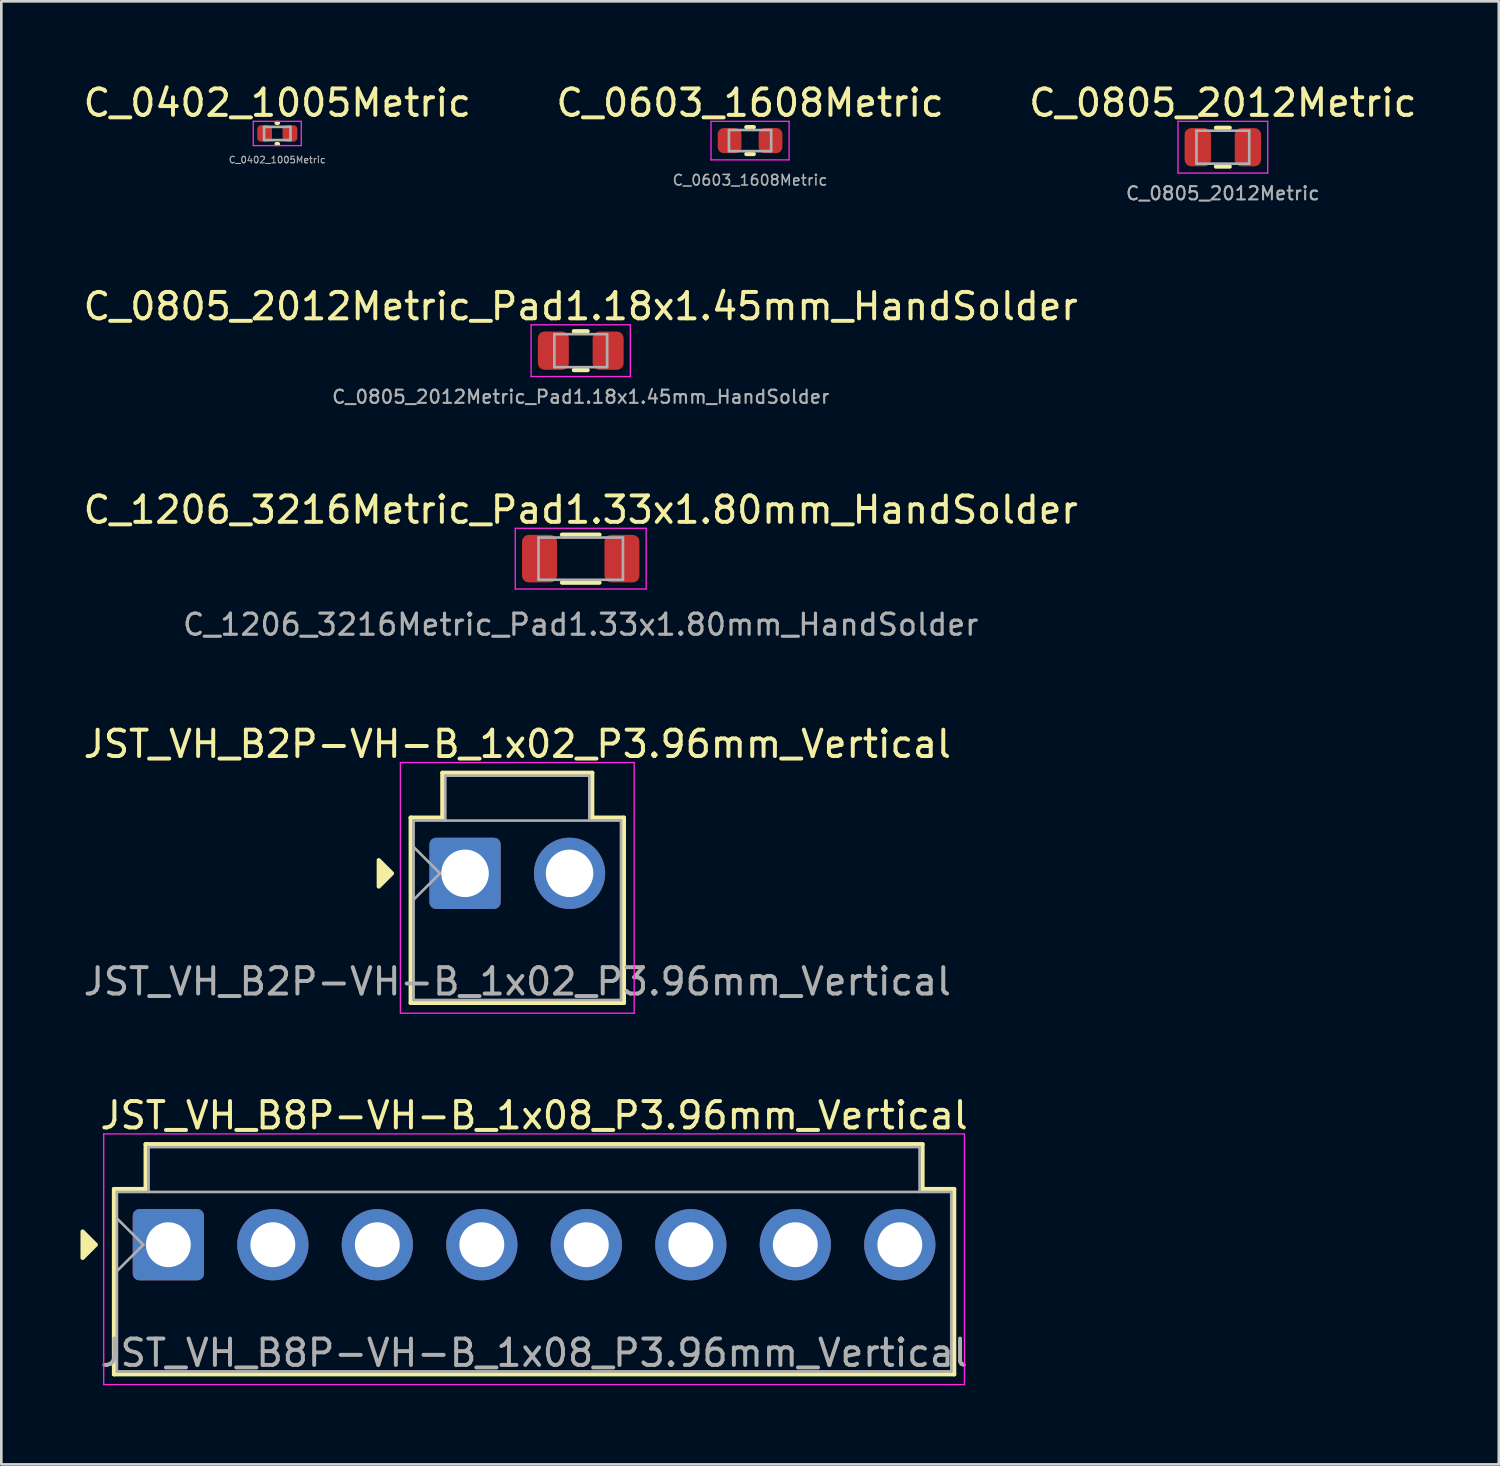
<source format=kicad_pcb>
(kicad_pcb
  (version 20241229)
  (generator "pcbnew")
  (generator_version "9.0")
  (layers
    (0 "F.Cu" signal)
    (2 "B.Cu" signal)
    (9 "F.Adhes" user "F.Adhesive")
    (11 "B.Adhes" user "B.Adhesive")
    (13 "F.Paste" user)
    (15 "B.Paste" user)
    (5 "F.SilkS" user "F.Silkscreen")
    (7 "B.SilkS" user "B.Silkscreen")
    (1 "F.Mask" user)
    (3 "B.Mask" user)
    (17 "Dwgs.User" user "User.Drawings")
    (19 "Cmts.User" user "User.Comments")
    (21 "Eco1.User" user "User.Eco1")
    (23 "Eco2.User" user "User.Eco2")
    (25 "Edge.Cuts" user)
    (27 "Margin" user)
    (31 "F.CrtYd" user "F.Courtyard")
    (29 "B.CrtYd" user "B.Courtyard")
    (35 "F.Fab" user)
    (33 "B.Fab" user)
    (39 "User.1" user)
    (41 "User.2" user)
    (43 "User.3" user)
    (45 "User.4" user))
  (footprint "C_0603_1608Metric"
    (layer "F.Cu")
    (at 25.375 2.278)
    (property "Reference" "C_0603_1608Metric" (at 0 -1.43 0) (layer "F.SilkS") (effects (font (size 1 1) (thickness 0.15))))
    (attr smd)
    (fp_line (start -0.141 -0.51) (end 0.141 -0.51) (stroke (width 0.16) (type solid)) (layer "F.SilkS"))
    (fp_line (start -0.141 0.51) (end 0.141 0.51) (stroke (width 0.16) (type solid)) (layer "F.SilkS"))
    (fp_line (start -1.48 -0.73) (end 1.48 -0.73) (stroke (width 0.05) (type solid)) (layer "F.CrtYd"))
    (fp_line (start -1.48 0.73) (end -1.48 -0.73) (stroke (width 0.05) (type solid)) (layer "F.CrtYd"))
    (fp_line (start 1.48 -0.73) (end 1.48 0.73) (stroke (width 0.05) (type solid)) (layer "F.CrtYd"))
    (fp_line (start 1.48 0.73) (end -1.48 0.73) (stroke (width 0.05) (type solid)) (layer "F.CrtYd"))
    (fp_line (start -0.8 -0.4) (end 0.8 -0.4) (stroke (width 0.1) (type solid)) (layer "F.Fab"))
    (fp_line (start -0.8 0.4) (end -0.8 -0.4) (stroke (width 0.1) (type solid)) (layer "F.Fab"))
    (fp_line (start 0.8 -0.4) (end 0.8 0.4) (stroke (width 0.1) (type solid)) (layer "F.Fab"))
    (fp_line (start 0.8 0.4) (end -0.8 0.4) (stroke (width 0.1) (type solid)) (layer "F.Fab"))
    (fp_text user "${REFERENCE}" (at 0 1.5 0) (layer "F.Fab") (effects (font (size 0.4 0.4) (thickness 0.06))))
    (pad "1" smd roundrect (at -0.775 0) (size 0.9 0.95) (layers "F.Cu" "F.Mask" "F.Paste") (roundrect_rratio 0.25))
    (pad "2" smd roundrect (at 0.775 0) (size 0.9 0.95) (layers "F.Cu" "F.Mask" "F.Paste") (roundrect_rratio 0.25)))
  (footprint "C_0805_2012Metric"
    (layer "F.Cu")
    (at 43.292 2.528)
    (property "Reference" "C_0805_2012Metric" (at 0 -1.68 0) (layer "F.SilkS") (effects (font (size 1 1) (thickness 0.15))))
    (attr smd)
    (fp_line (start -0.261 -0.735) (end 0.261 -0.735) (stroke (width 0.16) (type solid)) (layer "F.SilkS"))
    (fp_line (start -0.261 0.735) (end 0.261 0.735) (stroke (width 0.16) (type solid)) (layer "F.SilkS"))
    (fp_line (start -1.7 -0.98) (end 1.7 -0.98) (stroke (width 0.05) (type solid)) (layer "F.CrtYd"))
    (fp_line (start -1.7 0.98) (end -1.7 -0.98) (stroke (width 0.05) (type solid)) (layer "F.CrtYd"))
    (fp_line (start 1.7 -0.98) (end 1.7 0.98) (stroke (width 0.05) (type solid)) (layer "F.CrtYd"))
    (fp_line (start 1.7 0.98) (end -1.7 0.98) (stroke (width 0.05) (type solid)) (layer "F.CrtYd"))
    (fp_line (start -1 -0.625) (end 1 -0.625) (stroke (width 0.1) (type solid)) (layer "F.Fab"))
    (fp_line (start -1 0.625) (end -1 -0.625) (stroke (width 0.1) (type solid)) (layer "F.Fab"))
    (fp_line (start 1 -0.625) (end 1 0.625) (stroke (width 0.1) (type solid)) (layer "F.Fab"))
    (fp_line (start 1 0.625) (end -1 0.625) (stroke (width 0.1) (type solid)) (layer "F.Fab"))
    (fp_text user "${REFERENCE}" (at 0 1.75 0) (layer "F.Fab") (effects (font (size 0.5 0.5) (thickness 0.08))))
    (pad "1" smd roundrect (at -0.95 0) (size 1 1.45) (layers "F.Cu" "F.Mask" "F.Paste") (roundrect_rratio 0.25))
    (pad "2" smd roundrect (at 0.95 0) (size 1 1.45) (layers "F.Cu" "F.Mask" "F.Paste") (roundrect_rratio 0.25)))
  (footprint "C_0402_1005Metric"
    (layer "F.Cu")
    (at 7.458 2.008)
    (property "Reference" "C_0402_1005Metric" (at 0 -1.16 0) (layer "F.SilkS") (effects (font (size 1 1) (thickness 0.15))))
    (attr smd)
    (fp_line (start 0.025 -0.4) (end -0.025 -0.4) (stroke (width 0.16) (type solid)) (layer "F.SilkS"))
    (fp_line (start 0.025 0.4) (end -0.025 0.4) (stroke (width 0.16) (type solid)) (layer "F.SilkS"))
    (fp_line (start -0.91 -0.46) (end 0.91 -0.46) (stroke (width 0.05) (type solid)) (layer "F.CrtYd"))
    (fp_line (start -0.91 0.46) (end -0.91 -0.46) (stroke (width 0.05) (type solid)) (layer "F.CrtYd"))
    (fp_line (start 0.91 -0.46) (end 0.91 0.46) (stroke (width 0.05) (type solid)) (layer "F.CrtYd"))
    (fp_line (start 0.91 0.46) (end -0.91 0.46) (stroke (width 0.05) (type solid)) (layer "F.CrtYd"))
    (fp_line (start -0.5 -0.25) (end 0.5 -0.25) (stroke (width 0.1) (type solid)) (layer "F.Fab"))
    (fp_line (start -0.5 0.25) (end -0.5 -0.25) (stroke (width 0.1) (type solid)) (layer "F.Fab"))
    (fp_line (start 0.5 -0.25) (end 0.5 0.25) (stroke (width 0.1) (type solid)) (layer "F.Fab"))
    (fp_line (start 0.5 0.25) (end -0.5 0.25) (stroke (width 0.1) (type solid)) (layer "F.Fab"))
    (fp_text user "${REFERENCE}" (at 0 1 0) (layer "F.Fab") (effects (font (size 0.25 0.25) (thickness 0.04))))
    (pad "1" smd roundrect (at -0.48 0) (size 0.56 0.62) (layers "F.Cu" "F.Mask" "F.Paste") (roundrect_rratio 0.25))
    (pad "2" smd roundrect (at 0.48 0) (size 0.56 0.62) (layers "F.Cu" "F.Mask" "F.Paste") (roundrect_rratio 0.25)))
  (footprint "C_0805_2012Metric_Pad1.18x1.45mm_HandSolder"
    (layer "F.Cu")
    (at 18.958 10.239)
    (property "Reference" "C_0805_2012Metric_Pad1.18x1.45mm_HandSolder" (at 0 -1.68 0) (layer "F.SilkS") (effects (font (size 1 1) (thickness 0.15))))
    (attr smd)
    (fp_line (start -0.261 -0.735) (end 0.261 -0.735) (stroke (width 0.16) (type solid)) (layer "F.SilkS"))
    (fp_line (start -0.261 0.735) (end 0.261 0.735) (stroke (width 0.16) (type solid)) (layer "F.SilkS"))
    (fp_line (start -1.88 -0.98) (end 1.88 -0.98) (stroke (width 0.05) (type solid)) (layer "F.CrtYd"))
    (fp_line (start -1.88 0.98) (end -1.88 -0.98) (stroke (width 0.05) (type solid)) (layer "F.CrtYd"))
    (fp_line (start 1.88 -0.98) (end 1.88 0.98) (stroke (width 0.05) (type solid)) (layer "F.CrtYd"))
    (fp_line (start 1.88 0.98) (end -1.88 0.98) (stroke (width 0.05) (type solid)) (layer "F.CrtYd"))
    (fp_line (start -1 -0.625) (end 1 -0.625) (stroke (width 0.1) (type solid)) (layer "F.Fab"))
    (fp_line (start -1 0.625) (end -1 -0.625) (stroke (width 0.1) (type solid)) (layer "F.Fab"))
    (fp_line (start 1 -0.625) (end 1 0.625) (stroke (width 0.1) (type solid)) (layer "F.Fab"))
    (fp_line (start 1 0.625) (end -1 0.625) (stroke (width 0.1) (type solid)) (layer "F.Fab"))
    (fp_text user "${REFERENCE}" (at 0 1.75 0) (layer "F.Fab") (effects (font (size 0.5 0.5) (thickness 0.08))))
    (pad "1" smd roundrect (at -1.038 0) (size 1.175 1.45) (layers "F.Cu" "F.Mask" "F.Paste") (roundrect_rratio 0.213))
    (pad "2" smd roundrect (at 1.038 0) (size 1.175 1.45) (layers "F.Cu" "F.Mask" "F.Paste") (roundrect_rratio 0.213)))
  (footprint "JST_VH_B2P-VH-B_1x02_P3.96mm_Vertical"
    (layer "F.Cu")
    (at 16.554 30.047)
    (property "Reference" "JST_VH_B2P-VH-B_1x02_P3.96mm_Vertical" (at 0 -4.9 0) (layer "F.SilkS") (effects (font (size 1 1) (thickness 0.15))))
    (attr through_hole)
    (fp_line (start -4.04 -2.11) (end -2.84 -2.11) (stroke (width 0.16) (type solid)) (layer "F.SilkS"))
    (fp_line (start -4.04 4.91) (end -4.04 -2.11) (stroke (width 0.16) (type solid)) (layer "F.SilkS"))
    (fp_line (start -2.84 -3.81) (end 2.84 -3.81) (stroke (width 0.16) (type solid)) (layer "F.SilkS"))
    (fp_line (start -2.84 -2.11) (end -2.84 -3.81) (stroke (width 0.16) (type solid)) (layer "F.SilkS"))
    (fp_line (start 2.84 -3.81) (end 2.84 -2.11) (stroke (width 0.16) (type solid)) (layer "F.SilkS"))
    (fp_line (start 2.84 -2.11) (end 4.04 -2.11) (stroke (width 0.16) (type solid)) (layer "F.SilkS"))
    (fp_line (start 4.04 -2.11) (end 4.04 4.91) (stroke (width 0.16) (type solid)) (layer "F.SilkS"))
    (fp_line (start 4.04 4.91) (end -4.04 4.91) (stroke (width 0.16) (type solid)) (layer "F.SilkS"))
    (fp_poly (pts (xy -5.25 -0.5) (xy -4.75 0) (xy -5.25 0.5)) (stroke (width 0.16) (type solid)) (fill yes) (layer "F.SilkS"))
    (fp_line (start -4.43 -4.2) (end -4.43 5.3) (stroke (width 0.05) (type solid)) (layer "F.CrtYd"))
    (fp_line (start -4.43 5.3) (end 4.43 5.3) (stroke (width 0.05) (type solid)) (layer "F.CrtYd"))
    (fp_line (start 4.43 -4.2) (end -4.43 -4.2) (stroke (width 0.05) (type solid)) (layer "F.CrtYd"))
    (fp_line (start 4.43 5.3) (end 4.43 -4.2) (stroke (width 0.05) (type solid)) (layer "F.CrtYd"))
    (fp_line (start -3.93 -2) (end -3.93 4.8) (stroke (width 0.1) (type solid)) (layer "F.Fab"))
    (fp_line (start -3.93 -1) (end -2.93 0) (stroke (width 0.1) (type solid)) (layer "F.Fab"))
    (fp_line (start -3.93 1) (end -2.93 0) (stroke (width 0.1) (type solid)) (layer "F.Fab"))
    (fp_line (start -3.93 4.8) (end 3.93 4.8) (stroke (width 0.1) (type solid)) (layer "F.Fab"))
    (fp_line (start -2.73 -3.7) (end 2.73 -3.7) (stroke (width 0.1) (type solid)) (layer "F.Fab"))
    (fp_line (start -2.73 -2) (end -2.73 -3.7) (stroke (width 0.1) (type solid)) (layer "F.Fab"))
    (fp_line (start 2.73 -3.7) (end 2.73 -2) (stroke (width 0.1) (type solid)) (layer "F.Fab"))
    (fp_line (start 3.93 -2) (end -3.93 -2) (stroke (width 0.1) (type solid)) (layer "F.Fab"))
    (fp_line (start 3.93 4.8) (end 3.93 -2) (stroke (width 0.1) (type solid)) (layer "F.Fab"))
    (fp_text user "${REFERENCE}" (at 0 4.1 0) (layer "F.Fab") (effects (font (size 1 1) (thickness 0.15))))
    (pad "1" thru_hole roundrect (at -1.98 0) (size 2.7 2.7) (drill 1.8) (layers "*.Cu" "*.Mask") (roundrect_rratio 0.093))
    (pad "2" thru_hole circle (at 1.98 0) (size 2.7 2.7) (drill 1.8) (layers "*.Cu" "*.Mask")))
  (footprint "JST_VH_B8P-VH-B_1x08_P3.96mm_Vertical"
    (layer "F.Cu")
    (at 17.19 44.121)
    (property "Reference" "JST_VH_B8P-VH-B_1x08_P3.96mm_Vertical" (at 0 -4.9 0) (layer "F.SilkS") (effects (font (size 1 1) (thickness 0.15))))
    (attr through_hole)
    (fp_line (start -15.92 -2.11) (end -14.72 -2.11) (stroke (width 0.16) (type solid)) (layer "F.SilkS"))
    (fp_line (start -15.92 4.91) (end -15.92 -2.11) (stroke (width 0.16) (type solid)) (layer "F.SilkS"))
    (fp_line (start -14.72 -3.81) (end 14.72 -3.81) (stroke (width 0.16) (type solid)) (layer "F.SilkS"))
    (fp_line (start -14.72 -2.11) (end -14.72 -3.81) (stroke (width 0.16) (type solid)) (layer "F.SilkS"))
    (fp_line (start 14.72 -3.81) (end 14.72 -2.11) (stroke (width 0.16) (type solid)) (layer "F.SilkS"))
    (fp_line (start 14.72 -2.11) (end 15.92 -2.11) (stroke (width 0.16) (type solid)) (layer "F.SilkS"))
    (fp_line (start 15.92 -2.11) (end 15.92 4.91) (stroke (width 0.16) (type solid)) (layer "F.SilkS"))
    (fp_line (start 15.92 4.91) (end -15.92 4.91) (stroke (width 0.16) (type solid)) (layer "F.SilkS"))
    (fp_poly (pts (xy -17.11 -0.5) (xy -16.61 0) (xy -17.11 0.5)) (stroke (width 0.16) (type solid)) (fill yes) (layer "F.SilkS"))
    (fp_line (start -16.31 -4.2) (end -16.31 5.3) (stroke (width 0.05) (type solid)) (layer "F.CrtYd"))
    (fp_line (start -16.31 5.3) (end 16.31 5.3) (stroke (width 0.05) (type solid)) (layer "F.CrtYd"))
    (fp_line (start 16.31 -4.2) (end -16.31 -4.2) (stroke (width 0.05) (type solid)) (layer "F.CrtYd"))
    (fp_line (start 16.31 5.3) (end 16.31 -4.2) (stroke (width 0.05) (type solid)) (layer "F.CrtYd"))
    (fp_line (start -15.81 -2) (end -15.81 4.8) (stroke (width 0.1) (type solid)) (layer "F.Fab"))
    (fp_line (start -15.81 -1) (end -14.81 0) (stroke (width 0.1) (type solid)) (layer "F.Fab"))
    (fp_line (start -15.81 1) (end -14.81 0) (stroke (width 0.1) (type solid)) (layer "F.Fab"))
    (fp_line (start -15.81 4.8) (end 15.81 4.8) (stroke (width 0.1) (type solid)) (layer "F.Fab"))
    (fp_line (start -14.61 -3.7) (end 14.61 -3.7) (stroke (width 0.1) (type solid)) (layer "F.Fab"))
    (fp_line (start -14.61 -2) (end -14.61 -3.7) (stroke (width 0.1) (type solid)) (layer "F.Fab"))
    (fp_line (start 14.61 -3.7) (end 14.61 -2) (stroke (width 0.1) (type solid)) (layer "F.Fab"))
    (fp_line (start 15.81 -2) (end -15.81 -2) (stroke (width 0.1) (type solid)) (layer "F.Fab"))
    (fp_line (start 15.81 4.8) (end 15.81 -2) (stroke (width 0.1) (type solid)) (layer "F.Fab"))
    (fp_text user "${REFERENCE}" (at 0 4.1 0) (layer "F.Fab") (effects (font (size 1 1) (thickness 0.15))))
    (pad "1" thru_hole roundrect (at -13.86 0) (size 2.7 2.7) (drill 1.7) (layers "*.Cu" "*.Mask") (roundrect_rratio 0.093))
    (pad "2" thru_hole circle (at -9.9 0) (size 2.7 2.7) (drill 1.7) (layers "*.Cu" "*.Mask"))
    (pad "3" thru_hole circle (at -5.94 0) (size 2.7 2.7) (drill 1.7) (layers "*.Cu" "*.Mask"))
    (pad "4" thru_hole circle (at -1.98 0) (size 2.7 2.7) (drill 1.7) (layers "*.Cu" "*.Mask"))
    (pad "5" thru_hole circle (at 1.98 0) (size 2.7 2.7) (drill 1.7) (layers "*.Cu" "*.Mask"))
    (pad "6" thru_hole circle (at 5.94 0) (size 2.7 2.7) (drill 1.7) (layers "*.Cu" "*.Mask"))
    (pad "7" thru_hole circle (at 9.9 0) (size 2.7 2.7) (drill 1.7) (layers "*.Cu" "*.Mask"))
    (pad "8" thru_hole circle (at 13.86 0) (size 2.7 2.7) (drill 1.7) (layers "*.Cu" "*.Mask")))
  (footprint "C_1206_3216Metric_Pad1.33x1.80mm_HandSolder"
    (layer "F.Cu")
    (at 18.958 18.121)
    (property "Reference" "C_1206_3216Metric_Pad1.33x1.80mm_HandSolder" (at 0 -1.85 0) (layer "F.SilkS") (effects (font (size 1 1) (thickness 0.15))))
    (attr smd)
    (fp_line (start -0.711 -0.91) (end 0.711 -0.91) (stroke (width 0.16) (type solid)) (layer "F.SilkS"))
    (fp_line (start -0.711 0.91) (end 0.711 0.91) (stroke (width 0.16) (type solid)) (layer "F.SilkS"))
    (fp_line (start -2.48 -1.15) (end 2.48 -1.15) (stroke (width 0.05) (type solid)) (layer "F.CrtYd"))
    (fp_line (start -2.48 1.15) (end -2.48 -1.15) (stroke (width 0.05) (type solid)) (layer "F.CrtYd"))
    (fp_line (start 2.48 -1.15) (end 2.48 1.15) (stroke (width 0.05) (type solid)) (layer "F.CrtYd"))
    (fp_line (start 2.48 1.15) (end -2.48 1.15) (stroke (width 0.05) (type solid)) (layer "F.CrtYd"))
    (fp_line (start -1.6 -0.8) (end 1.6 -0.8) (stroke (width 0.1) (type solid)) (layer "F.Fab"))
    (fp_line (start -1.6 0.8) (end -1.6 -0.8) (stroke (width 0.1) (type solid)) (layer "F.Fab"))
    (fp_line (start 1.6 -0.8) (end 1.6 0.8) (stroke (width 0.1) (type solid)) (layer "F.Fab"))
    (fp_line (start 1.6 0.8) (end -1.6 0.8) (stroke (width 0.1) (type solid)) (layer "F.Fab"))
    (fp_text user "${REFERENCE}" (at 0 2.5 0) (layer "F.Fab") (effects (font (size 0.8 0.8) (thickness 0.12))))
    (pad "1" smd roundrect (at -1.562 0) (size 1.325 1.8) (layers "F.Cu" "F.Mask" "F.Paste") (roundrect_rratio 0.189))
    (pad "2" smd roundrect (at 1.562 0) (size 1.325 1.8) (layers "F.Cu" "F.Mask" "F.Paste") (roundrect_rratio 0.189)))
  (gr_rect
    (start -3 -3)
    (end 53.75 52.446)
    (stroke (width 0.1) (type default))
    (fill no)
    (layer "Edge.Cuts")))
</source>
